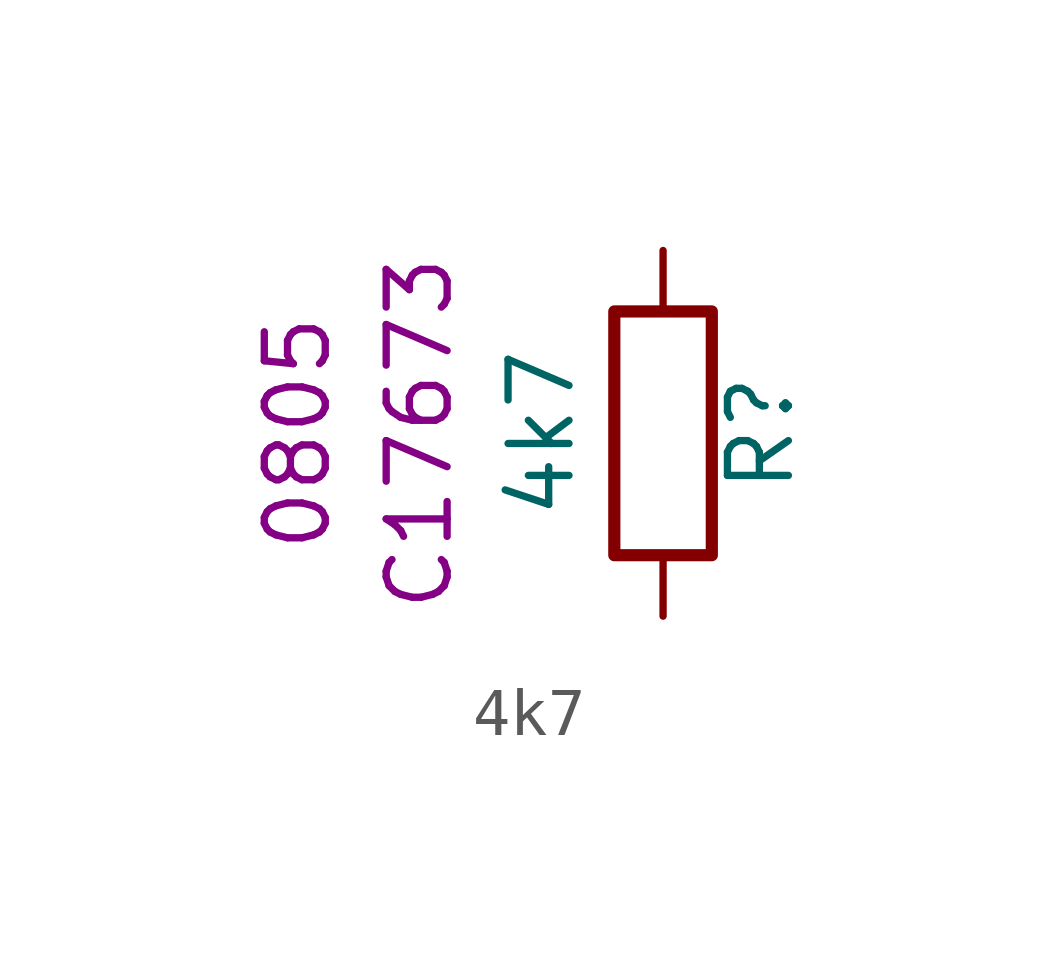
<source format=kicad_sym>
(kicad_symbol_lib
  (version 20220914)
  (generator kicad_symbol_editor)
  (symbol "4k7"
    (pin_numbers hide)
    (pin_names
      (offset 0))
    (property "Reference" "R"
      (at 2.032 0 90)
      (effects (font (size 1.27 1.27))))
    (property "Value" "4k7"
      (at -2.54 0 90)
      (effects (font (size 1.27 1.27))))
    (property "LCSC" "C17673"
      (at -5.08 0 90)
      (effects (font (size 1.27 1.27))))
    (property "Package" "0805"
      (at -7.62 0 90)
      (effects (font (size 1.27 1.27))))
    (symbol "4k7_0_1"
      (rectangle (start -1.016 2.54) (end 1.016 -2.54) (stroke (width 0.254) (type default)) (fill (type none))))
    (symbol "4k7_1_1"
      (pin passive line (at 0 3.81 270) (length 1.27) (name "~" (effects (font (size 1.27 1.27)))) (number "1" (effects (font (size 1.27 1.27)))))
      (pin passive line (at 0 -3.81 90) (length 1.27) (name "~" (effects (font (size 1.27 1.27)))) (number "2" (effects (font (size 1.27 1.27))))))))
</source>
